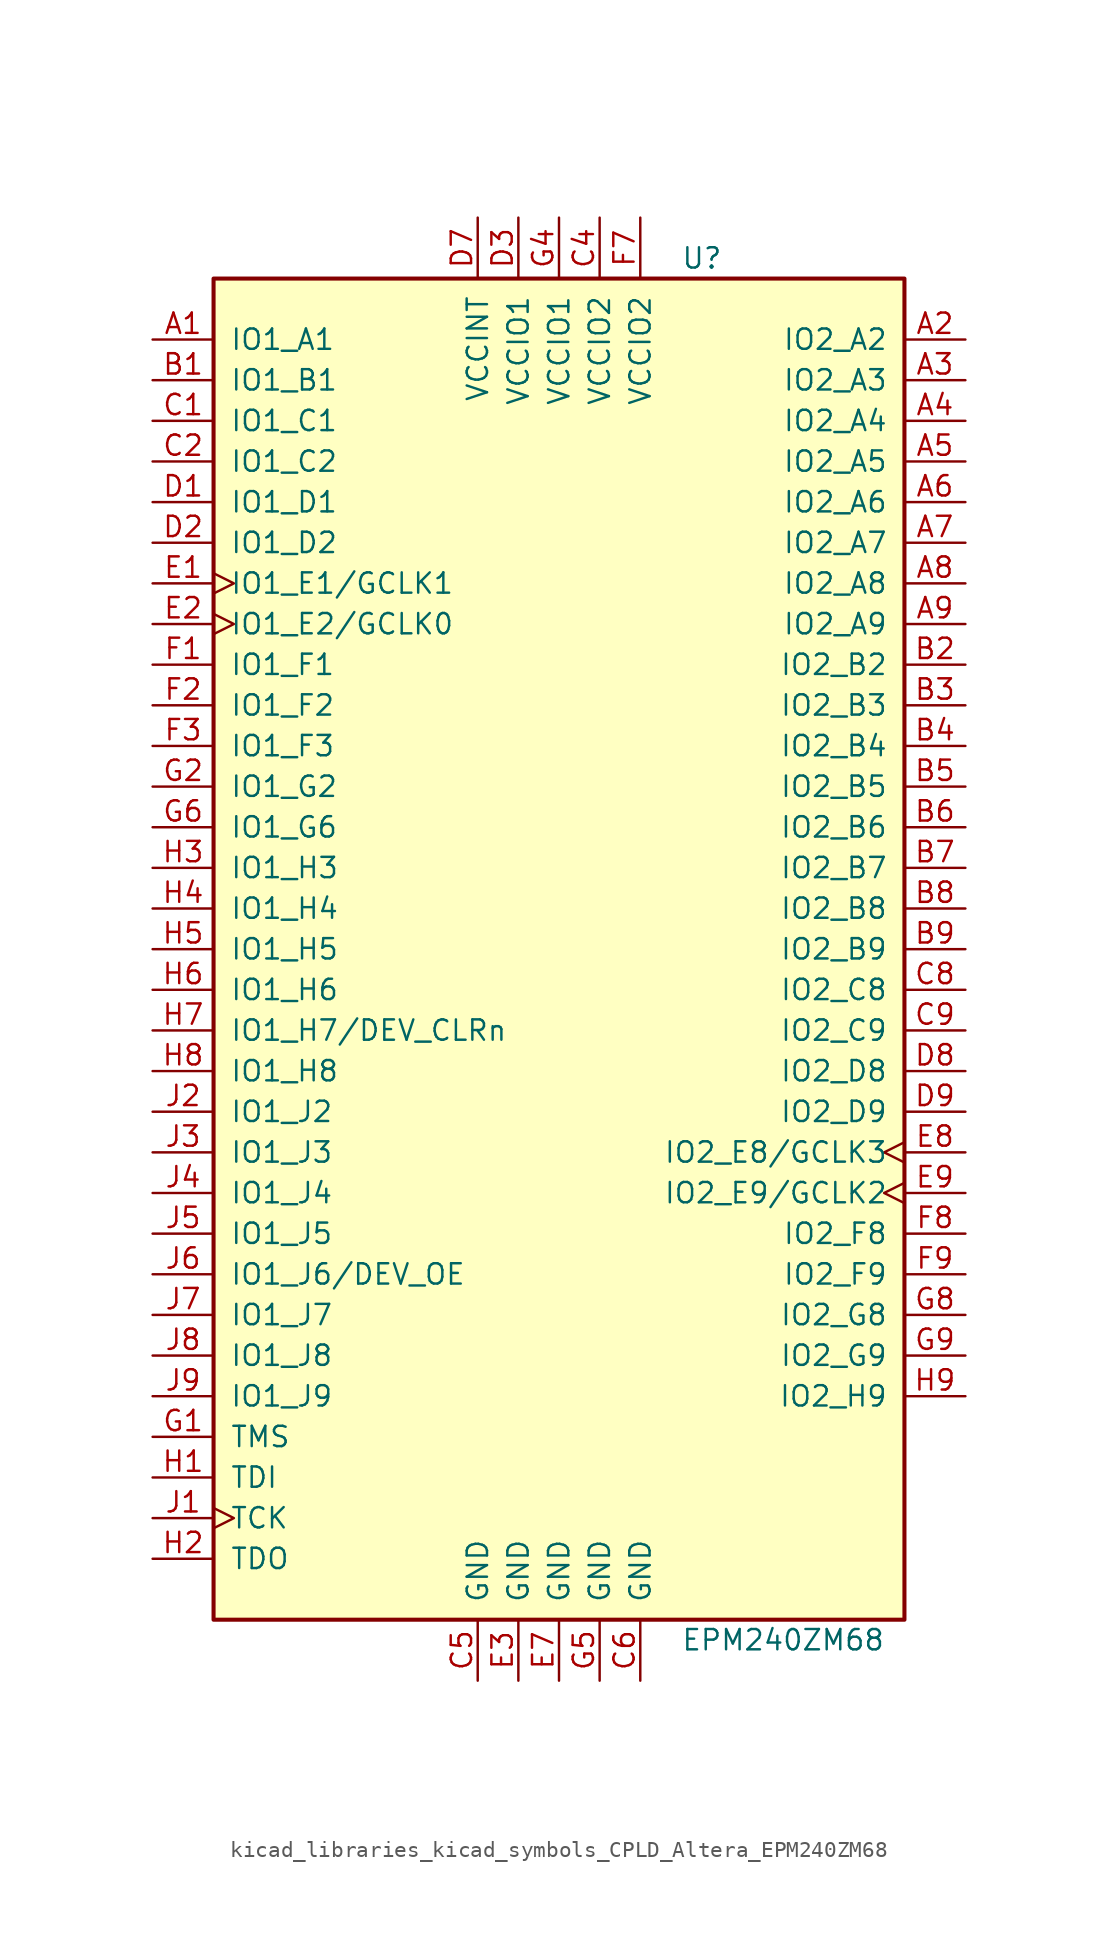
<source format=kicad_sym>
(kicad_symbol_lib
  (version 20220914)
  (generator kicad_symbol_editor)
  (symbol "kicad_libraries_kicad_symbols_CPLD_Altera_EPM240ZM68"
    (pin_names
      (offset 1.016))
    (property "Reference" "U"
      (at 7.62 43.18 0)
      (effects (font (size 1.27 1.27)) (justify left)))
    (property "Value" "EPM240ZM68"
      (at 7.62 -43.18 0)
      (effects (font (size 1.27 1.27)) (justify left)))
    (property "ki_locked" ""
      (at 0 0 0)
      (effects (font (size 1.27 1.27))))
    (symbol "kicad_libraries_kicad_symbols_CPLD_Altera_EPM240ZM68_1_1"
      (rectangle (start -21.59 41.91) (end 21.59 -41.91) (stroke (width 0.254) (type default)) (fill (type background)))
      (pin bidirectional line (at -25.4 38.1 0) (length 3.81) (name "IO1_A1" (effects (font (size 1.27 1.27)))) (number "A1" (effects (font (size 1.27 1.27)))))
      (pin bidirectional line (at 25.4 38.1 180) (length 3.81) (name "IO2_A2" (effects (font (size 1.27 1.27)))) (number "A2" (effects (font (size 1.27 1.27)))))
      (pin bidirectional line (at 25.4 35.56 180) (length 3.81) (name "IO2_A3" (effects (font (size 1.27 1.27)))) (number "A3" (effects (font (size 1.27 1.27)))))
      (pin bidirectional line (at 25.4 33.02 180) (length 3.81) (name "IO2_A4" (effects (font (size 1.27 1.27)))) (number "A4" (effects (font (size 1.27 1.27)))))
      (pin bidirectional line (at 25.4 30.48 180) (length 3.81) (name "IO2_A5" (effects (font (size 1.27 1.27)))) (number "A5" (effects (font (size 1.27 1.27)))))
      (pin bidirectional line (at 25.4 27.94 180) (length 3.81) (name "IO2_A6" (effects (font (size 1.27 1.27)))) (number "A6" (effects (font (size 1.27 1.27)))))
      (pin bidirectional line (at 25.4 25.4 180) (length 3.81) (name "IO2_A7" (effects (font (size 1.27 1.27)))) (number "A7" (effects (font (size 1.27 1.27)))))
      (pin bidirectional line (at 25.4 22.86 180) (length 3.81) (name "IO2_A8" (effects (font (size 1.27 1.27)))) (number "A8" (effects (font (size 1.27 1.27)))))
      (pin bidirectional line (at 25.4 20.32 180) (length 3.81) (name "IO2_A9" (effects (font (size 1.27 1.27)))) (number "A9" (effects (font (size 1.27 1.27)))))
      (pin bidirectional line (at -25.4 35.56 0) (length 3.81) (name "IO1_B1" (effects (font (size 1.27 1.27)))) (number "B1" (effects (font (size 1.27 1.27)))))
      (pin bidirectional line (at 25.4 17.78 180) (length 3.81) (name "IO2_B2" (effects (font (size 1.27 1.27)))) (number "B2" (effects (font (size 1.27 1.27)))))
      (pin bidirectional line (at 25.4 15.24 180) (length 3.81) (name "IO2_B3" (effects (font (size 1.27 1.27)))) (number "B3" (effects (font (size 1.27 1.27)))))
      (pin bidirectional line (at 25.4 12.7 180) (length 3.81) (name "IO2_B4" (effects (font (size 1.27 1.27)))) (number "B4" (effects (font (size 1.27 1.27)))))
      (pin bidirectional line (at 25.4 10.16 180) (length 3.81) (name "IO2_B5" (effects (font (size 1.27 1.27)))) (number "B5" (effects (font (size 1.27 1.27)))))
      (pin bidirectional line (at 25.4 7.62 180) (length 3.81) (name "IO2_B6" (effects (font (size 1.27 1.27)))) (number "B6" (effects (font (size 1.27 1.27)))))
      (pin bidirectional line (at 25.4 5.08 180) (length 3.81) (name "IO2_B7" (effects (font (size 1.27 1.27)))) (number "B7" (effects (font (size 1.27 1.27)))))
      (pin bidirectional line (at 25.4 2.54 180) (length 3.81) (name "IO2_B8" (effects (font (size 1.27 1.27)))) (number "B8" (effects (font (size 1.27 1.27)))))
      (pin bidirectional line (at 25.4 0 180) (length 3.81) (name "IO2_B9" (effects (font (size 1.27 1.27)))) (number "B9" (effects (font (size 1.27 1.27)))))
      (pin bidirectional line (at -25.4 33.02 0) (length 3.81) (name "IO1_C1" (effects (font (size 1.27 1.27)))) (number "C1" (effects (font (size 1.27 1.27)))))
      (pin bidirectional line (at -25.4 30.48 0) (length 3.81) (name "IO1_C2" (effects (font (size 1.27 1.27)))) (number "C2" (effects (font (size 1.27 1.27)))))
      (pin power_in line (at 2.54 45.72 270) (length 3.81) (name "VCCIO2" (effects (font (size 1.27 1.27)))) (number "C4" (effects (font (size 1.27 1.27)))))
      (pin power_in line (at -5.08 -45.72 90) (length 3.81) (name "GND" (effects (font (size 1.27 1.27)))) (number "C5" (effects (font (size 1.27 1.27)))))
      (pin power_in line (at 5.08 -45.72 90) (length 3.81) (name "GND" (effects (font (size 1.27 1.27)))) (number "C6" (effects (font (size 1.27 1.27)))))
      (pin bidirectional line (at 25.4 -2.54 180) (length 3.81) (name "IO2_C8" (effects (font (size 1.27 1.27)))) (number "C8" (effects (font (size 1.27 1.27)))))
      (pin bidirectional line (at 25.4 -5.08 180) (length 3.81) (name "IO2_C9" (effects (font (size 1.27 1.27)))) (number "C9" (effects (font (size 1.27 1.27)))))
      (pin bidirectional line (at -25.4 27.94 0) (length 3.81) (name "IO1_D1" (effects (font (size 1.27 1.27)))) (number "D1" (effects (font (size 1.27 1.27)))))
      (pin bidirectional line (at -25.4 25.4 0) (length 3.81) (name "IO1_D2" (effects (font (size 1.27 1.27)))) (number "D2" (effects (font (size 1.27 1.27)))))
      (pin power_in line (at -2.54 45.72 270) (length 3.81) (name "VCCIO1" (effects (font (size 1.27 1.27)))) (number "D3" (effects (font (size 1.27 1.27)))))
      (pin power_in line (at -5.08 45.72 270) (length 3.81) (name "VCCINT" (effects (font (size 1.27 1.27)))) (number "D7" (effects (font (size 1.27 1.27)))))
      (pin bidirectional line (at 25.4 -7.62 180) (length 3.81) (name "IO2_D8" (effects (font (size 1.27 1.27)))) (number "D8" (effects (font (size 1.27 1.27)))))
      (pin bidirectional line (at 25.4 -10.16 180) (length 3.81) (name "IO2_D9" (effects (font (size 1.27 1.27)))) (number "D9" (effects (font (size 1.27 1.27)))))
      (pin bidirectional clock (at -25.4 22.86 0) (length 3.81) (name "IO1_E1/GCLK1" (effects (font (size 1.27 1.27)))) (number "E1" (effects (font (size 1.27 1.27)))))
      (pin bidirectional clock (at -25.4 20.32 0) (length 3.81) (name "IO1_E2/GCLK0" (effects (font (size 1.27 1.27)))) (number "E2" (effects (font (size 1.27 1.27)))))
      (pin power_in line (at -2.54 -45.72 90) (length 3.81) (name "GND" (effects (font (size 1.27 1.27)))) (number "E3" (effects (font (size 1.27 1.27)))))
      (pin power_in line (at 0 -45.72 90) (length 3.81) (name "GND" (effects (font (size 1.27 1.27)))) (number "E7" (effects (font (size 1.27 1.27)))))
      (pin bidirectional clock (at 25.4 -12.7 180) (length 3.81) (name "IO2_E8/GCLK3" (effects (font (size 1.27 1.27)))) (number "E8" (effects (font (size 1.27 1.27)))))
      (pin bidirectional clock (at 25.4 -15.24 180) (length 3.81) (name "IO2_E9/GCLK2" (effects (font (size 1.27 1.27)))) (number "E9" (effects (font (size 1.27 1.27)))))
      (pin bidirectional line (at -25.4 17.78 0) (length 3.81) (name "IO1_F1" (effects (font (size 1.27 1.27)))) (number "F1" (effects (font (size 1.27 1.27)))))
      (pin bidirectional line (at -25.4 15.24 0) (length 3.81) (name "IO1_F2" (effects (font (size 1.27 1.27)))) (number "F2" (effects (font (size 1.27 1.27)))))
      (pin bidirectional line (at -25.4 12.7 0) (length 3.81) (name "IO1_F3" (effects (font (size 1.27 1.27)))) (number "F3" (effects (font (size 1.27 1.27)))))
      (pin power_in line (at 5.08 45.72 270) (length 3.81) (name "VCCIO2" (effects (font (size 1.27 1.27)))) (number "F7" (effects (font (size 1.27 1.27)))))
      (pin bidirectional line (at 25.4 -17.78 180) (length 3.81) (name "IO2_F8" (effects (font (size 1.27 1.27)))) (number "F8" (effects (font (size 1.27 1.27)))))
      (pin bidirectional line (at 25.4 -20.32 180) (length 3.81) (name "IO2_F9" (effects (font (size 1.27 1.27)))) (number "F9" (effects (font (size 1.27 1.27)))))
      (pin input line (at -25.4 -30.48 0) (length 3.81) (name "TMS" (effects (font (size 1.27 1.27)))) (number "G1" (effects (font (size 1.27 1.27)))))
      (pin bidirectional line (at -25.4 10.16 0) (length 3.81) (name "IO1_G2" (effects (font (size 1.27 1.27)))) (number "G2" (effects (font (size 1.27 1.27)))))
      (pin power_in line (at 0 45.72 270) (length 3.81) (name "VCCIO1" (effects (font (size 1.27 1.27)))) (number "G4" (effects (font (size 1.27 1.27)))))
      (pin power_in line (at 2.54 -45.72 90) (length 3.81) (name "GND" (effects (font (size 1.27 1.27)))) (number "G5" (effects (font (size 1.27 1.27)))))
      (pin bidirectional line (at -25.4 7.62 0) (length 3.81) (name "IO1_G6" (effects (font (size 1.27 1.27)))) (number "G6" (effects (font (size 1.27 1.27)))))
      (pin bidirectional line (at 25.4 -22.86 180) (length 3.81) (name "IO2_G8" (effects (font (size 1.27 1.27)))) (number "G8" (effects (font (size 1.27 1.27)))))
      (pin bidirectional line (at 25.4 -25.4 180) (length 3.81) (name "IO2_G9" (effects (font (size 1.27 1.27)))) (number "G9" (effects (font (size 1.27 1.27)))))
      (pin input line (at -25.4 -33.02 0) (length 3.81) (name "TDI" (effects (font (size 1.27 1.27)))) (number "H1" (effects (font (size 1.27 1.27)))))
      (pin output line (at -25.4 -38.1 0) (length 3.81) (name "TDO" (effects (font (size 1.27 1.27)))) (number "H2" (effects (font (size 1.27 1.27)))))
      (pin bidirectional line (at -25.4 5.08 0) (length 3.81) (name "IO1_H3" (effects (font (size 1.27 1.27)))) (number "H3" (effects (font (size 1.27 1.27)))))
      (pin bidirectional line (at -25.4 2.54 0) (length 3.81) (name "IO1_H4" (effects (font (size 1.27 1.27)))) (number "H4" (effects (font (size 1.27 1.27)))))
      (pin bidirectional line (at -25.4 0 0) (length 3.81) (name "IO1_H5" (effects (font (size 1.27 1.27)))) (number "H5" (effects (font (size 1.27 1.27)))))
      (pin bidirectional line (at -25.4 -2.54 0) (length 3.81) (name "IO1_H6" (effects (font (size 1.27 1.27)))) (number "H6" (effects (font (size 1.27 1.27)))))
      (pin bidirectional line (at -25.4 -5.08 0) (length 3.81) (name "IO1_H7/DEV_CLRn" (effects (font (size 1.27 1.27)))) (number "H7" (effects (font (size 1.27 1.27)))))
      (pin bidirectional line (at -25.4 -7.62 0) (length 3.81) (name "IO1_H8" (effects (font (size 1.27 1.27)))) (number "H8" (effects (font (size 1.27 1.27)))))
      (pin bidirectional line (at 25.4 -27.94 180) (length 3.81) (name "IO2_H9" (effects (font (size 1.27 1.27)))) (number "H9" (effects (font (size 1.27 1.27)))))
      (pin input clock (at -25.4 -35.56 0) (length 3.81) (name "TCK" (effects (font (size 1.27 1.27)))) (number "J1" (effects (font (size 1.27 1.27)))))
      (pin bidirectional line (at -25.4 -10.16 0) (length 3.81) (name "IO1_J2" (effects (font (size 1.27 1.27)))) (number "J2" (effects (font (size 1.27 1.27)))))
      (pin bidirectional line (at -25.4 -12.7 0) (length 3.81) (name "IO1_J3" (effects (font (size 1.27 1.27)))) (number "J3" (effects (font (size 1.27 1.27)))))
      (pin bidirectional line (at -25.4 -15.24 0) (length 3.81) (name "IO1_J4" (effects (font (size 1.27 1.27)))) (number "J4" (effects (font (size 1.27 1.27)))))
      (pin bidirectional line (at -25.4 -17.78 0) (length 3.81) (name "IO1_J5" (effects (font (size 1.27 1.27)))) (number "J5" (effects (font (size 1.27 1.27)))))
      (pin bidirectional line (at -25.4 -20.32 0) (length 3.81) (name "IO1_J6/DEV_OE" (effects (font (size 1.27 1.27)))) (number "J6" (effects (font (size 1.27 1.27)))))
      (pin bidirectional line (at -25.4 -22.86 0) (length 3.81) (name "IO1_J7" (effects (font (size 1.27 1.27)))) (number "J7" (effects (font (size 1.27 1.27)))))
      (pin bidirectional line (at -25.4 -25.4 0) (length 3.81) (name "IO1_J8" (effects (font (size 1.27 1.27)))) (number "J8" (effects (font (size 1.27 1.27)))))
      (pin bidirectional line (at -25.4 -27.94 0) (length 3.81) (name "IO1_J9" (effects (font (size 1.27 1.27)))) (number "J9" (effects (font (size 1.27 1.27))))))))
</source>
